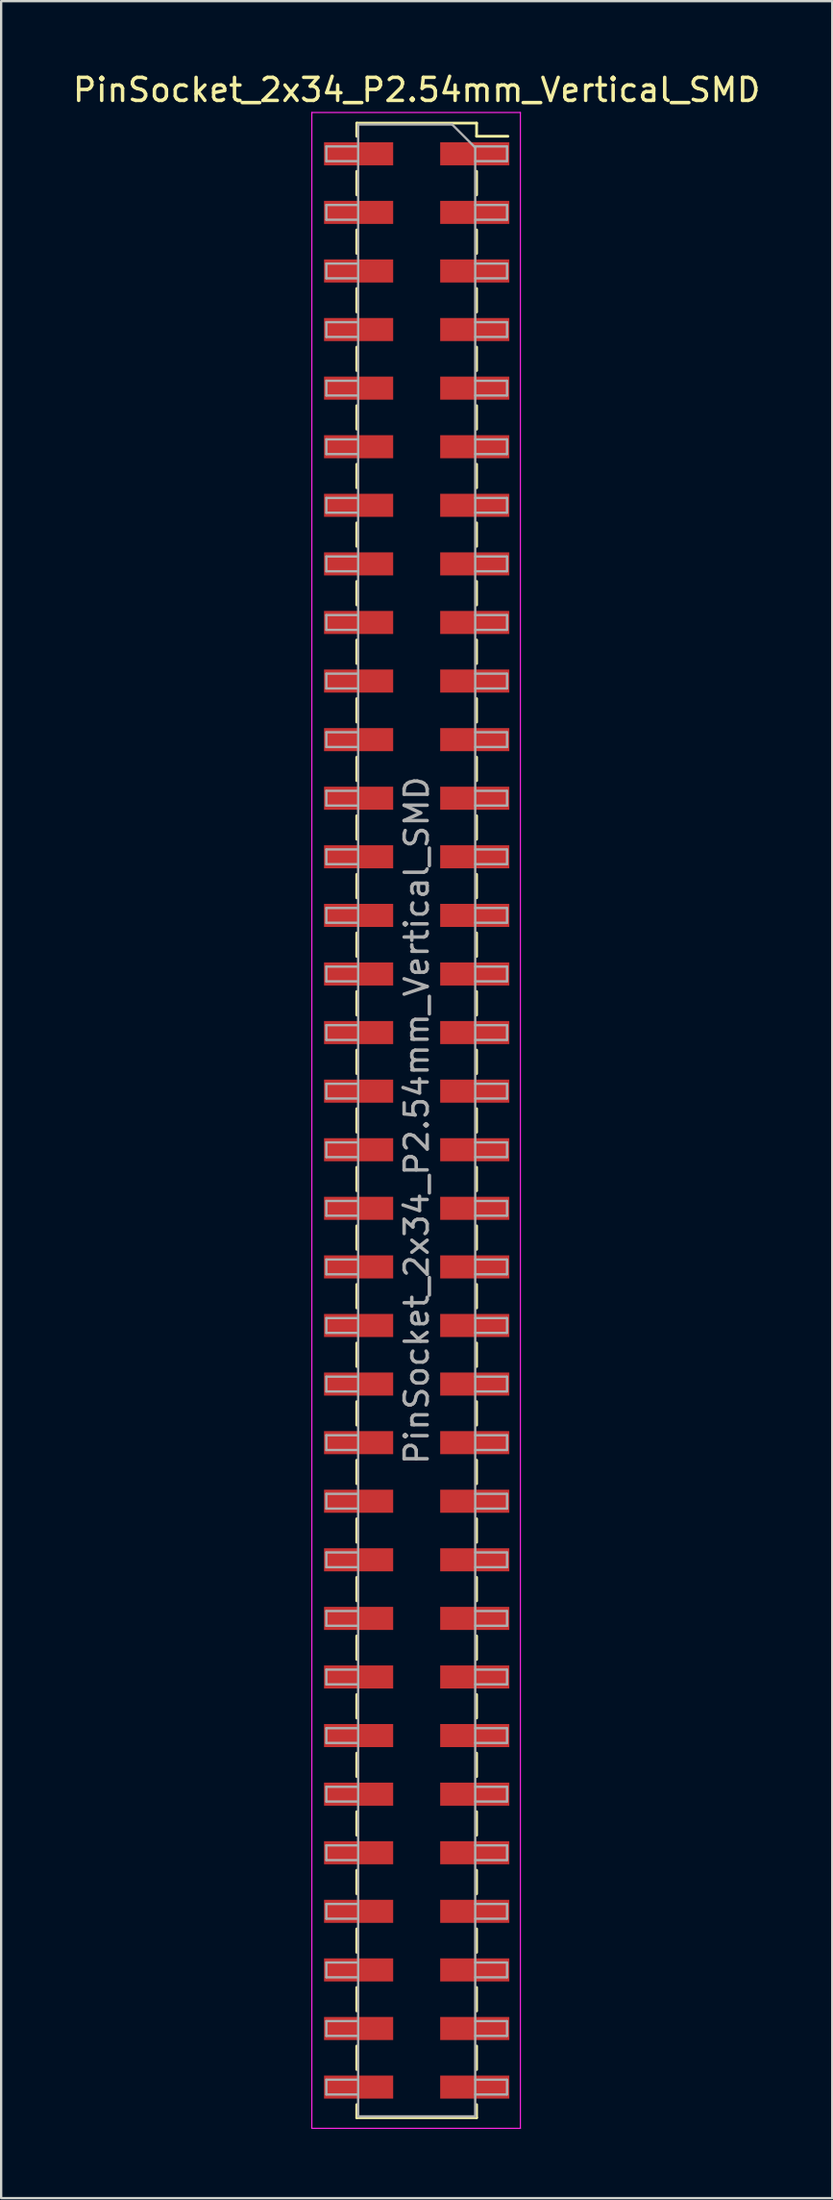
<source format=kicad_pcb>
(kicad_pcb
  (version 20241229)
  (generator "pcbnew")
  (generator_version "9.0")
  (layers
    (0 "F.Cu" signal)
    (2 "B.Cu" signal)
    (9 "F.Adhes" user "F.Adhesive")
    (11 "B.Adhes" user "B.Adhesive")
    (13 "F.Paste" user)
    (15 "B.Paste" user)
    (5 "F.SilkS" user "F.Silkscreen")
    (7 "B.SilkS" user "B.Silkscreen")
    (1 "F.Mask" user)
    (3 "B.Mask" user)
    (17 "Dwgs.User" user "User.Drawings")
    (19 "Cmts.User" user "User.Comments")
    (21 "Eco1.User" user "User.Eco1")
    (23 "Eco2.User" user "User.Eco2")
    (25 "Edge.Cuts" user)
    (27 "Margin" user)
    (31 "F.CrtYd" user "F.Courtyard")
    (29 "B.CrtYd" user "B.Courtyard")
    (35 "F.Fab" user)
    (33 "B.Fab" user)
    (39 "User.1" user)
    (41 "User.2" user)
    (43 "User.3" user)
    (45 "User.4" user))
  (footprint "PinSocket_2x34_P2.54mm_Vertical_SMD"
    (layer "F.Cu")
    (at 15.03 45.528)
    (property "Reference" "PinSocket_2x34_P2.54mm_Vertical_SMD" (at 0 -44.68 0) (layer "F.SilkS") (effects (font (size 1 1) (thickness 0.15))))
    (attr smd)
    (fp_line (start -2.6 -43.24) (end -2.6 -42.67) (stroke (width 0.12) (type solid)) (layer "F.SilkS"))
    (fp_line (start -2.6 -43.24) (end 2.6 -43.24) (stroke (width 0.12) (type solid)) (layer "F.SilkS"))
    (fp_line (start -2.6 -41.15) (end -2.6 -40.13) (stroke (width 0.12) (type solid)) (layer "F.SilkS"))
    (fp_line (start -2.6 -38.61) (end -2.6 -37.59) (stroke (width 0.12) (type solid)) (layer "F.SilkS"))
    (fp_line (start -2.6 -36.07) (end -2.6 -35.05) (stroke (width 0.12) (type solid)) (layer "F.SilkS"))
    (fp_line (start -2.6 -33.53) (end -2.6 -32.51) (stroke (width 0.12) (type solid)) (layer "F.SilkS"))
    (fp_line (start -2.6 -30.99) (end -2.6 -29.97) (stroke (width 0.12) (type solid)) (layer "F.SilkS"))
    (fp_line (start -2.6 -28.45) (end -2.6 -27.43) (stroke (width 0.12) (type solid)) (layer "F.SilkS"))
    (fp_line (start -2.6 -25.91) (end -2.6 -24.89) (stroke (width 0.12) (type solid)) (layer "F.SilkS"))
    (fp_line (start -2.6 -23.37) (end -2.6 -22.35) (stroke (width 0.12) (type solid)) (layer "F.SilkS"))
    (fp_line (start -2.6 -20.83) (end -2.6 -19.81) (stroke (width 0.12) (type solid)) (layer "F.SilkS"))
    (fp_line (start -2.6 -18.29) (end -2.6 -17.27) (stroke (width 0.12) (type solid)) (layer "F.SilkS"))
    (fp_line (start -2.6 -15.75) (end -2.6 -14.73) (stroke (width 0.12) (type solid)) (layer "F.SilkS"))
    (fp_line (start -2.6 -13.21) (end -2.6 -12.19) (stroke (width 0.12) (type solid)) (layer "F.SilkS"))
    (fp_line (start -2.6 -10.67) (end -2.6 -9.65) (stroke (width 0.12) (type solid)) (layer "F.SilkS"))
    (fp_line (start -2.6 -8.13) (end -2.6 -7.11) (stroke (width 0.12) (type solid)) (layer "F.SilkS"))
    (fp_line (start -2.6 -5.59) (end -2.6 -4.57) (stroke (width 0.12) (type solid)) (layer "F.SilkS"))
    (fp_line (start -2.6 -3.05) (end -2.6 -2.03) (stroke (width 0.12) (type solid)) (layer "F.SilkS"))
    (fp_line (start -2.6 -0.51) (end -2.6 0.51) (stroke (width 0.12) (type solid)) (layer "F.SilkS"))
    (fp_line (start -2.6 2.03) (end -2.6 3.05) (stroke (width 0.12) (type solid)) (layer "F.SilkS"))
    (fp_line (start -2.6 4.57) (end -2.6 5.59) (stroke (width 0.12) (type solid)) (layer "F.SilkS"))
    (fp_line (start -2.6 7.11) (end -2.6 8.13) (stroke (width 0.12) (type solid)) (layer "F.SilkS"))
    (fp_line (start -2.6 9.65) (end -2.6 10.67) (stroke (width 0.12) (type solid)) (layer "F.SilkS"))
    (fp_line (start -2.6 12.19) (end -2.6 13.21) (stroke (width 0.12) (type solid)) (layer "F.SilkS"))
    (fp_line (start -2.6 14.73) (end -2.6 15.75) (stroke (width 0.12) (type solid)) (layer "F.SilkS"))
    (fp_line (start -2.6 17.27) (end -2.6 18.29) (stroke (width 0.12) (type solid)) (layer "F.SilkS"))
    (fp_line (start -2.6 19.81) (end -2.6 20.83) (stroke (width 0.12) (type solid)) (layer "F.SilkS"))
    (fp_line (start -2.6 22.35) (end -2.6 23.37) (stroke (width 0.12) (type solid)) (layer "F.SilkS"))
    (fp_line (start -2.6 24.89) (end -2.6 25.91) (stroke (width 0.12) (type solid)) (layer "F.SilkS"))
    (fp_line (start -2.6 27.43) (end -2.6 28.45) (stroke (width 0.12) (type solid)) (layer "F.SilkS"))
    (fp_line (start -2.6 29.97) (end -2.6 30.99) (stroke (width 0.12) (type solid)) (layer "F.SilkS"))
    (fp_line (start -2.6 32.51) (end -2.6 33.53) (stroke (width 0.12) (type solid)) (layer "F.SilkS"))
    (fp_line (start -2.6 35.05) (end -2.6 36.07) (stroke (width 0.12) (type solid)) (layer "F.SilkS"))
    (fp_line (start -2.6 37.59) (end -2.6 38.61) (stroke (width 0.12) (type solid)) (layer "F.SilkS"))
    (fp_line (start -2.6 40.13) (end -2.6 41.15) (stroke (width 0.12) (type solid)) (layer "F.SilkS"))
    (fp_line (start -2.6 42.67) (end -2.6 43.24) (stroke (width 0.12) (type solid)) (layer "F.SilkS"))
    (fp_line (start -2.6 43.24) (end 2.6 43.24) (stroke (width 0.12) (type solid)) (layer "F.SilkS"))
    (fp_line (start 2.6 -43.24) (end 2.6 -42.67) (stroke (width 0.12) (type solid)) (layer "F.SilkS"))
    (fp_line (start 2.6 -42.67) (end 3.96 -42.67) (stroke (width 0.12) (type solid)) (layer "F.SilkS"))
    (fp_line (start 2.6 -41.15) (end 2.6 -40.13) (stroke (width 0.12) (type solid)) (layer "F.SilkS"))
    (fp_line (start 2.6 -38.61) (end 2.6 -37.59) (stroke (width 0.12) (type solid)) (layer "F.SilkS"))
    (fp_line (start 2.6 -36.07) (end 2.6 -35.05) (stroke (width 0.12) (type solid)) (layer "F.SilkS"))
    (fp_line (start 2.6 -33.53) (end 2.6 -32.51) (stroke (width 0.12) (type solid)) (layer "F.SilkS"))
    (fp_line (start 2.6 -30.99) (end 2.6 -29.97) (stroke (width 0.12) (type solid)) (layer "F.SilkS"))
    (fp_line (start 2.6 -28.45) (end 2.6 -27.43) (stroke (width 0.12) (type solid)) (layer "F.SilkS"))
    (fp_line (start 2.6 -25.91) (end 2.6 -24.89) (stroke (width 0.12) (type solid)) (layer "F.SilkS"))
    (fp_line (start 2.6 -23.37) (end 2.6 -22.35) (stroke (width 0.12) (type solid)) (layer "F.SilkS"))
    (fp_line (start 2.6 -20.83) (end 2.6 -19.81) (stroke (width 0.12) (type solid)) (layer "F.SilkS"))
    (fp_line (start 2.6 -18.29) (end 2.6 -17.27) (stroke (width 0.12) (type solid)) (layer "F.SilkS"))
    (fp_line (start 2.6 -15.75) (end 2.6 -14.73) (stroke (width 0.12) (type solid)) (layer "F.SilkS"))
    (fp_line (start 2.6 -13.21) (end 2.6 -12.19) (stroke (width 0.12) (type solid)) (layer "F.SilkS"))
    (fp_line (start 2.6 -10.67) (end 2.6 -9.65) (stroke (width 0.12) (type solid)) (layer "F.SilkS"))
    (fp_line (start 2.6 -8.13) (end 2.6 -7.11) (stroke (width 0.12) (type solid)) (layer "F.SilkS"))
    (fp_line (start 2.6 -5.59) (end 2.6 -4.57) (stroke (width 0.12) (type solid)) (layer "F.SilkS"))
    (fp_line (start 2.6 -3.05) (end 2.6 -2.03) (stroke (width 0.12) (type solid)) (layer "F.SilkS"))
    (fp_line (start 2.6 -0.51) (end 2.6 0.51) (stroke (width 0.12) (type solid)) (layer "F.SilkS"))
    (fp_line (start 2.6 2.03) (end 2.6 3.05) (stroke (width 0.12) (type solid)) (layer "F.SilkS"))
    (fp_line (start 2.6 4.57) (end 2.6 5.59) (stroke (width 0.12) (type solid)) (layer "F.SilkS"))
    (fp_line (start 2.6 7.11) (end 2.6 8.13) (stroke (width 0.12) (type solid)) (layer "F.SilkS"))
    (fp_line (start 2.6 9.65) (end 2.6 10.67) (stroke (width 0.12) (type solid)) (layer "F.SilkS"))
    (fp_line (start 2.6 12.19) (end 2.6 13.21) (stroke (width 0.12) (type solid)) (layer "F.SilkS"))
    (fp_line (start 2.6 14.73) (end 2.6 15.75) (stroke (width 0.12) (type solid)) (layer "F.SilkS"))
    (fp_line (start 2.6 17.27) (end 2.6 18.29) (stroke (width 0.12) (type solid)) (layer "F.SilkS"))
    (fp_line (start 2.6 19.81) (end 2.6 20.83) (stroke (width 0.12) (type solid)) (layer "F.SilkS"))
    (fp_line (start 2.6 22.35) (end 2.6 23.37) (stroke (width 0.12) (type solid)) (layer "F.SilkS"))
    (fp_line (start 2.6 24.89) (end 2.6 25.91) (stroke (width 0.12) (type solid)) (layer "F.SilkS"))
    (fp_line (start 2.6 27.43) (end 2.6 28.45) (stroke (width 0.12) (type solid)) (layer "F.SilkS"))
    (fp_line (start 2.6 29.97) (end 2.6 30.99) (stroke (width 0.12) (type solid)) (layer "F.SilkS"))
    (fp_line (start 2.6 32.51) (end 2.6 33.53) (stroke (width 0.12) (type solid)) (layer "F.SilkS"))
    (fp_line (start 2.6 35.05) (end 2.6 36.07) (stroke (width 0.12) (type solid)) (layer "F.SilkS"))
    (fp_line (start 2.6 37.59) (end 2.6 38.61) (stroke (width 0.12) (type solid)) (layer "F.SilkS"))
    (fp_line (start 2.6 40.13) (end 2.6 41.15) (stroke (width 0.12) (type solid)) (layer "F.SilkS"))
    (fp_line (start 2.6 42.67) (end 2.6 43.24) (stroke (width 0.12) (type solid)) (layer "F.SilkS"))
    (fp_line (start -4.55 -43.7) (end 4.5 -43.7) (stroke (width 0.05) (type solid)) (layer "F.CrtYd"))
    (fp_line (start -4.55 43.7) (end -4.55 -43.7) (stroke (width 0.05) (type solid)) (layer "F.CrtYd"))
    (fp_line (start 4.5 -43.7) (end 4.5 43.7) (stroke (width 0.05) (type solid)) (layer "F.CrtYd"))
    (fp_line (start 4.5 43.7) (end -4.55 43.7) (stroke (width 0.05) (type solid)) (layer "F.CrtYd"))
    (fp_line (start -3.92 -42.23) (end -2.54 -42.23) (stroke (width 0.1) (type solid)) (layer "F.Fab"))
    (fp_line (start -3.92 -41.59) (end -3.92 -42.23) (stroke (width 0.1) (type solid)) (layer "F.Fab"))
    (fp_line (start -3.92 -39.69) (end -2.54 -39.69) (stroke (width 0.1) (type solid)) (layer "F.Fab"))
    (fp_line (start -3.92 -39.05) (end -3.92 -39.69) (stroke (width 0.1) (type solid)) (layer "F.Fab"))
    (fp_line (start -3.92 -37.15) (end -2.54 -37.15) (stroke (width 0.1) (type solid)) (layer "F.Fab"))
    (fp_line (start -3.92 -36.51) (end -3.92 -37.15) (stroke (width 0.1) (type solid)) (layer "F.Fab"))
    (fp_line (start -3.92 -34.61) (end -2.54 -34.61) (stroke (width 0.1) (type solid)) (layer "F.Fab"))
    (fp_line (start -3.92 -33.97) (end -3.92 -34.61) (stroke (width 0.1) (type solid)) (layer "F.Fab"))
    (fp_line (start -3.92 -32.07) (end -2.54 -32.07) (stroke (width 0.1) (type solid)) (layer "F.Fab"))
    (fp_line (start -3.92 -31.43) (end -3.92 -32.07) (stroke (width 0.1) (type solid)) (layer "F.Fab"))
    (fp_line (start -3.92 -29.53) (end -2.54 -29.53) (stroke (width 0.1) (type solid)) (layer "F.Fab"))
    (fp_line (start -3.92 -28.89) (end -3.92 -29.53) (stroke (width 0.1) (type solid)) (layer "F.Fab"))
    (fp_line (start -3.92 -26.99) (end -2.54 -26.99) (stroke (width 0.1) (type solid)) (layer "F.Fab"))
    (fp_line (start -3.92 -26.35) (end -3.92 -26.99) (stroke (width 0.1) (type solid)) (layer "F.Fab"))
    (fp_line (start -3.92 -24.45) (end -2.54 -24.45) (stroke (width 0.1) (type solid)) (layer "F.Fab"))
    (fp_line (start -3.92 -23.81) (end -3.92 -24.45) (stroke (width 0.1) (type solid)) (layer "F.Fab"))
    (fp_line (start -3.92 -21.91) (end -2.54 -21.91) (stroke (width 0.1) (type solid)) (layer "F.Fab"))
    (fp_line (start -3.92 -21.27) (end -3.92 -21.91) (stroke (width 0.1) (type solid)) (layer "F.Fab"))
    (fp_line (start -3.92 -19.37) (end -2.54 -19.37) (stroke (width 0.1) (type solid)) (layer "F.Fab"))
    (fp_line (start -3.92 -18.73) (end -3.92 -19.37) (stroke (width 0.1) (type solid)) (layer "F.Fab"))
    (fp_line (start -3.92 -16.83) (end -2.54 -16.83) (stroke (width 0.1) (type solid)) (layer "F.Fab"))
    (fp_line (start -3.92 -16.19) (end -3.92 -16.83) (stroke (width 0.1) (type solid)) (layer "F.Fab"))
    (fp_line (start -3.92 -14.29) (end -2.54 -14.29) (stroke (width 0.1) (type solid)) (layer "F.Fab"))
    (fp_line (start -3.92 -13.65) (end -3.92 -14.29) (stroke (width 0.1) (type solid)) (layer "F.Fab"))
    (fp_line (start -3.92 -11.75) (end -2.54 -11.75) (stroke (width 0.1) (type solid)) (layer "F.Fab"))
    (fp_line (start -3.92 -11.11) (end -3.92 -11.75) (stroke (width 0.1) (type solid)) (layer "F.Fab"))
    (fp_line (start -3.92 -9.21) (end -2.54 -9.21) (stroke (width 0.1) (type solid)) (layer "F.Fab"))
    (fp_line (start -3.92 -8.57) (end -3.92 -9.21) (stroke (width 0.1) (type solid)) (layer "F.Fab"))
    (fp_line (start -3.92 -6.67) (end -2.54 -6.67) (stroke (width 0.1) (type solid)) (layer "F.Fab"))
    (fp_line (start -3.92 -6.03) (end -3.92 -6.67) (stroke (width 0.1) (type solid)) (layer "F.Fab"))
    (fp_line (start -3.92 -4.13) (end -2.54 -4.13) (stroke (width 0.1) (type solid)) (layer "F.Fab"))
    (fp_line (start -3.92 -3.49) (end -3.92 -4.13) (stroke (width 0.1) (type solid)) (layer "F.Fab"))
    (fp_line (start -3.92 -1.59) (end -2.54 -1.59) (stroke (width 0.1) (type solid)) (layer "F.Fab"))
    (fp_line (start -3.92 -0.95) (end -3.92 -1.59) (stroke (width 0.1) (type solid)) (layer "F.Fab"))
    (fp_line (start -3.92 0.95) (end -2.54 0.95) (stroke (width 0.1) (type solid)) (layer "F.Fab"))
    (fp_line (start -3.92 1.59) (end -3.92 0.95) (stroke (width 0.1) (type solid)) (layer "F.Fab"))
    (fp_line (start -3.92 3.49) (end -2.54 3.49) (stroke (width 0.1) (type solid)) (layer "F.Fab"))
    (fp_line (start -3.92 4.13) (end -3.92 3.49) (stroke (width 0.1) (type solid)) (layer "F.Fab"))
    (fp_line (start -3.92 6.03) (end -2.54 6.03) (stroke (width 0.1) (type solid)) (layer "F.Fab"))
    (fp_line (start -3.92 6.67) (end -3.92 6.03) (stroke (width 0.1) (type solid)) (layer "F.Fab"))
    (fp_line (start -3.92 8.57) (end -2.54 8.57) (stroke (width 0.1) (type solid)) (layer "F.Fab"))
    (fp_line (start -3.92 9.21) (end -3.92 8.57) (stroke (width 0.1) (type solid)) (layer "F.Fab"))
    (fp_line (start -3.92 11.11) (end -2.54 11.11) (stroke (width 0.1) (type solid)) (layer "F.Fab"))
    (fp_line (start -3.92 11.75) (end -3.92 11.11) (stroke (width 0.1) (type solid)) (layer "F.Fab"))
    (fp_line (start -3.92 13.65) (end -2.54 13.65) (stroke (width 0.1) (type solid)) (layer "F.Fab"))
    (fp_line (start -3.92 14.29) (end -3.92 13.65) (stroke (width 0.1) (type solid)) (layer "F.Fab"))
    (fp_line (start -3.92 16.19) (end -2.54 16.19) (stroke (width 0.1) (type solid)) (layer "F.Fab"))
    (fp_line (start -3.92 16.83) (end -3.92 16.19) (stroke (width 0.1) (type solid)) (layer "F.Fab"))
    (fp_line (start -3.92 18.73) (end -2.54 18.73) (stroke (width 0.1) (type solid)) (layer "F.Fab"))
    (fp_line (start -3.92 19.37) (end -3.92 18.73) (stroke (width 0.1) (type solid)) (layer "F.Fab"))
    (fp_line (start -3.92 21.27) (end -2.54 21.27) (stroke (width 0.1) (type solid)) (layer "F.Fab"))
    (fp_line (start -3.92 21.91) (end -3.92 21.27) (stroke (width 0.1) (type solid)) (layer "F.Fab"))
    (fp_line (start -3.92 23.81) (end -2.54 23.81) (stroke (width 0.1) (type solid)) (layer "F.Fab"))
    (fp_line (start -3.92 24.45) (end -3.92 23.81) (stroke (width 0.1) (type solid)) (layer "F.Fab"))
    (fp_line (start -3.92 26.35) (end -2.54 26.35) (stroke (width 0.1) (type solid)) (layer "F.Fab"))
    (fp_line (start -3.92 26.99) (end -3.92 26.35) (stroke (width 0.1) (type solid)) (layer "F.Fab"))
    (fp_line (start -3.92 28.89) (end -2.54 28.89) (stroke (width 0.1) (type solid)) (layer "F.Fab"))
    (fp_line (start -3.92 29.53) (end -3.92 28.89) (stroke (width 0.1) (type solid)) (layer "F.Fab"))
    (fp_line (start -3.92 31.43) (end -2.54 31.43) (stroke (width 0.1) (type solid)) (layer "F.Fab"))
    (fp_line (start -3.92 32.07) (end -3.92 31.43) (stroke (width 0.1) (type solid)) (layer "F.Fab"))
    (fp_line (start -3.92 33.97) (end -2.54 33.97) (stroke (width 0.1) (type solid)) (layer "F.Fab"))
    (fp_line (start -3.92 34.61) (end -3.92 33.97) (stroke (width 0.1) (type solid)) (layer "F.Fab"))
    (fp_line (start -3.92 36.51) (end -2.54 36.51) (stroke (width 0.1) (type solid)) (layer "F.Fab"))
    (fp_line (start -3.92 37.15) (end -3.92 36.51) (stroke (width 0.1) (type solid)) (layer "F.Fab"))
    (fp_line (start -3.92 39.05) (end -2.54 39.05) (stroke (width 0.1) (type solid)) (layer "F.Fab"))
    (fp_line (start -3.92 39.69) (end -3.92 39.05) (stroke (width 0.1) (type solid)) (layer "F.Fab"))
    (fp_line (start -3.92 41.59) (end -2.54 41.59) (stroke (width 0.1) (type solid)) (layer "F.Fab"))
    (fp_line (start -3.92 42.23) (end -3.92 41.59) (stroke (width 0.1) (type solid)) (layer "F.Fab"))
    (fp_line (start -2.54 -43.18) (end 1.54 -43.18) (stroke (width 0.1) (type solid)) (layer "F.Fab"))
    (fp_line (start -2.54 -41.59) (end -3.92 -41.59) (stroke (width 0.1) (type solid)) (layer "F.Fab"))
    (fp_line (start -2.54 -39.05) (end -3.92 -39.05) (stroke (width 0.1) (type solid)) (layer "F.Fab"))
    (fp_line (start -2.54 -36.51) (end -3.92 -36.51) (stroke (width 0.1) (type solid)) (layer "F.Fab"))
    (fp_line (start -2.54 -33.97) (end -3.92 -33.97) (stroke (width 0.1) (type solid)) (layer "F.Fab"))
    (fp_line (start -2.54 -31.43) (end -3.92 -31.43) (stroke (width 0.1) (type solid)) (layer "F.Fab"))
    (fp_line (start -2.54 -28.89) (end -3.92 -28.89) (stroke (width 0.1) (type solid)) (layer "F.Fab"))
    (fp_line (start -2.54 -26.35) (end -3.92 -26.35) (stroke (width 0.1) (type solid)) (layer "F.Fab"))
    (fp_line (start -2.54 -23.81) (end -3.92 -23.81) (stroke (width 0.1) (type solid)) (layer "F.Fab"))
    (fp_line (start -2.54 -21.27) (end -3.92 -21.27) (stroke (width 0.1) (type solid)) (layer "F.Fab"))
    (fp_line (start -2.54 -18.73) (end -3.92 -18.73) (stroke (width 0.1) (type solid)) (layer "F.Fab"))
    (fp_line (start -2.54 -16.19) (end -3.92 -16.19) (stroke (width 0.1) (type solid)) (layer "F.Fab"))
    (fp_line (start -2.54 -13.65) (end -3.92 -13.65) (stroke (width 0.1) (type solid)) (layer "F.Fab"))
    (fp_line (start -2.54 -11.11) (end -3.92 -11.11) (stroke (width 0.1) (type solid)) (layer "F.Fab"))
    (fp_line (start -2.54 -8.57) (end -3.92 -8.57) (stroke (width 0.1) (type solid)) (layer "F.Fab"))
    (fp_line (start -2.54 -6.03) (end -3.92 -6.03) (stroke (width 0.1) (type solid)) (layer "F.Fab"))
    (fp_line (start -2.54 -3.49) (end -3.92 -3.49) (stroke (width 0.1) (type solid)) (layer "F.Fab"))
    (fp_line (start -2.54 -0.95) (end -3.92 -0.95) (stroke (width 0.1) (type solid)) (layer "F.Fab"))
    (fp_line (start -2.54 1.59) (end -3.92 1.59) (stroke (width 0.1) (type solid)) (layer "F.Fab"))
    (fp_line (start -2.54 4.13) (end -3.92 4.13) (stroke (width 0.1) (type solid)) (layer "F.Fab"))
    (fp_line (start -2.54 6.67) (end -3.92 6.67) (stroke (width 0.1) (type solid)) (layer "F.Fab"))
    (fp_line (start -2.54 9.21) (end -3.92 9.21) (stroke (width 0.1) (type solid)) (layer "F.Fab"))
    (fp_line (start -2.54 11.75) (end -3.92 11.75) (stroke (width 0.1) (type solid)) (layer "F.Fab"))
    (fp_line (start -2.54 14.29) (end -3.92 14.29) (stroke (width 0.1) (type solid)) (layer "F.Fab"))
    (fp_line (start -2.54 16.83) (end -3.92 16.83) (stroke (width 0.1) (type solid)) (layer "F.Fab"))
    (fp_line (start -2.54 19.37) (end -3.92 19.37) (stroke (width 0.1) (type solid)) (layer "F.Fab"))
    (fp_line (start -2.54 21.91) (end -3.92 21.91) (stroke (width 0.1) (type solid)) (layer "F.Fab"))
    (fp_line (start -2.54 24.45) (end -3.92 24.45) (stroke (width 0.1) (type solid)) (layer "F.Fab"))
    (fp_line (start -2.54 26.99) (end -3.92 26.99) (stroke (width 0.1) (type solid)) (layer "F.Fab"))
    (fp_line (start -2.54 29.53) (end -3.92 29.53) (stroke (width 0.1) (type solid)) (layer "F.Fab"))
    (fp_line (start -2.54 32.07) (end -3.92 32.07) (stroke (width 0.1) (type solid)) (layer "F.Fab"))
    (fp_line (start -2.54 34.61) (end -3.92 34.61) (stroke (width 0.1) (type solid)) (layer "F.Fab"))
    (fp_line (start -2.54 37.15) (end -3.92 37.15) (stroke (width 0.1) (type solid)) (layer "F.Fab"))
    (fp_line (start -2.54 39.69) (end -3.92 39.69) (stroke (width 0.1) (type solid)) (layer "F.Fab"))
    (fp_line (start -2.54 42.23) (end -3.92 42.23) (stroke (width 0.1) (type solid)) (layer "F.Fab"))
    (fp_line (start -2.54 43.18) (end -2.54 -43.18) (stroke (width 0.1) (type solid)) (layer "F.Fab"))
    (fp_line (start 1.54 -43.18) (end 2.54 -42.18) (stroke (width 0.1) (type solid)) (layer "F.Fab"))
    (fp_line (start 2.54 -42.23) (end 3.92 -42.23) (stroke (width 0.1) (type solid)) (layer "F.Fab"))
    (fp_line (start 2.54 -42.18) (end 2.54 43.18) (stroke (width 0.1) (type solid)) (layer "F.Fab"))
    (fp_line (start 2.54 -39.69) (end 3.92 -39.69) (stroke (width 0.1) (type solid)) (layer "F.Fab"))
    (fp_line (start 2.54 -37.15) (end 3.92 -37.15) (stroke (width 0.1) (type solid)) (layer "F.Fab"))
    (fp_line (start 2.54 -34.61) (end 3.92 -34.61) (stroke (width 0.1) (type solid)) (layer "F.Fab"))
    (fp_line (start 2.54 -32.07) (end 3.92 -32.07) (stroke (width 0.1) (type solid)) (layer "F.Fab"))
    (fp_line (start 2.54 -29.53) (end 3.92 -29.53) (stroke (width 0.1) (type solid)) (layer "F.Fab"))
    (fp_line (start 2.54 -26.99) (end 3.92 -26.99) (stroke (width 0.1) (type solid)) (layer "F.Fab"))
    (fp_line (start 2.54 -24.45) (end 3.92 -24.45) (stroke (width 0.1) (type solid)) (layer "F.Fab"))
    (fp_line (start 2.54 -21.91) (end 3.92 -21.91) (stroke (width 0.1) (type solid)) (layer "F.Fab"))
    (fp_line (start 2.54 -19.37) (end 3.92 -19.37) (stroke (width 0.1) (type solid)) (layer "F.Fab"))
    (fp_line (start 2.54 -16.83) (end 3.92 -16.83) (stroke (width 0.1) (type solid)) (layer "F.Fab"))
    (fp_line (start 2.54 -14.29) (end 3.92 -14.29) (stroke (width 0.1) (type solid)) (layer "F.Fab"))
    (fp_line (start 2.54 -11.75) (end 3.92 -11.75) (stroke (width 0.1) (type solid)) (layer "F.Fab"))
    (fp_line (start 2.54 -9.21) (end 3.92 -9.21) (stroke (width 0.1) (type solid)) (layer "F.Fab"))
    (fp_line (start 2.54 -6.67) (end 3.92 -6.67) (stroke (width 0.1) (type solid)) (layer "F.Fab"))
    (fp_line (start 2.54 -4.13) (end 3.92 -4.13) (stroke (width 0.1) (type solid)) (layer "F.Fab"))
    (fp_line (start 2.54 -1.59) (end 3.92 -1.59) (stroke (width 0.1) (type solid)) (layer "F.Fab"))
    (fp_line (start 2.54 0.95) (end 3.92 0.95) (stroke (width 0.1) (type solid)) (layer "F.Fab"))
    (fp_line (start 2.54 3.49) (end 3.92 3.49) (stroke (width 0.1) (type solid)) (layer "F.Fab"))
    (fp_line (start 2.54 6.03) (end 3.92 6.03) (stroke (width 0.1) (type solid)) (layer "F.Fab"))
    (fp_line (start 2.54 8.57) (end 3.92 8.57) (stroke (width 0.1) (type solid)) (layer "F.Fab"))
    (fp_line (start 2.54 11.11) (end 3.92 11.11) (stroke (width 0.1) (type solid)) (layer "F.Fab"))
    (fp_line (start 2.54 13.65) (end 3.92 13.65) (stroke (width 0.1) (type solid)) (layer "F.Fab"))
    (fp_line (start 2.54 16.19) (end 3.92 16.19) (stroke (width 0.1) (type solid)) (layer "F.Fab"))
    (fp_line (start 2.54 18.73) (end 3.92 18.73) (stroke (width 0.1) (type solid)) (layer "F.Fab"))
    (fp_line (start 2.54 21.27) (end 3.92 21.27) (stroke (width 0.1) (type solid)) (layer "F.Fab"))
    (fp_line (start 2.54 23.81) (end 3.92 23.81) (stroke (width 0.1) (type solid)) (layer "F.Fab"))
    (fp_line (start 2.54 26.35) (end 3.92 26.35) (stroke (width 0.1) (type solid)) (layer "F.Fab"))
    (fp_line (start 2.54 28.89) (end 3.92 28.89) (stroke (width 0.1) (type solid)) (layer "F.Fab"))
    (fp_line (start 2.54 31.43) (end 3.92 31.43) (stroke (width 0.1) (type solid)) (layer "F.Fab"))
    (fp_line (start 2.54 33.97) (end 3.92 33.97) (stroke (width 0.1) (type solid)) (layer "F.Fab"))
    (fp_line (start 2.54 36.51) (end 3.92 36.51) (stroke (width 0.1) (type solid)) (layer "F.Fab"))
    (fp_line (start 2.54 39.05) (end 3.92 39.05) (stroke (width 0.1) (type solid)) (layer "F.Fab"))
    (fp_line (start 2.54 41.59) (end 3.92 41.59) (stroke (width 0.1) (type solid)) (layer "F.Fab"))
    (fp_line (start 2.54 43.18) (end -2.54 43.18) (stroke (width 0.1) (type solid)) (layer "F.Fab"))
    (fp_line (start 3.92 -42.23) (end 3.92 -41.59) (stroke (width 0.1) (type solid)) (layer "F.Fab"))
    (fp_line (start 3.92 -41.59) (end 2.54 -41.59) (stroke (width 0.1) (type solid)) (layer "F.Fab"))
    (fp_line (start 3.92 -39.69) (end 3.92 -39.05) (stroke (width 0.1) (type solid)) (layer "F.Fab"))
    (fp_line (start 3.92 -39.05) (end 2.54 -39.05) (stroke (width 0.1) (type solid)) (layer "F.Fab"))
    (fp_line (start 3.92 -37.15) (end 3.92 -36.51) (stroke (width 0.1) (type solid)) (layer "F.Fab"))
    (fp_line (start 3.92 -36.51) (end 2.54 -36.51) (stroke (width 0.1) (type solid)) (layer "F.Fab"))
    (fp_line (start 3.92 -34.61) (end 3.92 -33.97) (stroke (width 0.1) (type solid)) (layer "F.Fab"))
    (fp_line (start 3.92 -33.97) (end 2.54 -33.97) (stroke (width 0.1) (type solid)) (layer "F.Fab"))
    (fp_line (start 3.92 -32.07) (end 3.92 -31.43) (stroke (width 0.1) (type solid)) (layer "F.Fab"))
    (fp_line (start 3.92 -31.43) (end 2.54 -31.43) (stroke (width 0.1) (type solid)) (layer "F.Fab"))
    (fp_line (start 3.92 -29.53) (end 3.92 -28.89) (stroke (width 0.1) (type solid)) (layer "F.Fab"))
    (fp_line (start 3.92 -28.89) (end 2.54 -28.89) (stroke (width 0.1) (type solid)) (layer "F.Fab"))
    (fp_line (start 3.92 -26.99) (end 3.92 -26.35) (stroke (width 0.1) (type solid)) (layer "F.Fab"))
    (fp_line (start 3.92 -26.35) (end 2.54 -26.35) (stroke (width 0.1) (type solid)) (layer "F.Fab"))
    (fp_line (start 3.92 -24.45) (end 3.92 -23.81) (stroke (width 0.1) (type solid)) (layer "F.Fab"))
    (fp_line (start 3.92 -23.81) (end 2.54 -23.81) (stroke (width 0.1) (type solid)) (layer "F.Fab"))
    (fp_line (start 3.92 -21.91) (end 3.92 -21.27) (stroke (width 0.1) (type solid)) (layer "F.Fab"))
    (fp_line (start 3.92 -21.27) (end 2.54 -21.27) (stroke (width 0.1) (type solid)) (layer "F.Fab"))
    (fp_line (start 3.92 -19.37) (end 3.92 -18.73) (stroke (width 0.1) (type solid)) (layer "F.Fab"))
    (fp_line (start 3.92 -18.73) (end 2.54 -18.73) (stroke (width 0.1) (type solid)) (layer "F.Fab"))
    (fp_line (start 3.92 -16.83) (end 3.92 -16.19) (stroke (width 0.1) (type solid)) (layer "F.Fab"))
    (fp_line (start 3.92 -16.19) (end 2.54 -16.19) (stroke (width 0.1) (type solid)) (layer "F.Fab"))
    (fp_line (start 3.92 -14.29) (end 3.92 -13.65) (stroke (width 0.1) (type solid)) (layer "F.Fab"))
    (fp_line (start 3.92 -13.65) (end 2.54 -13.65) (stroke (width 0.1) (type solid)) (layer "F.Fab"))
    (fp_line (start 3.92 -11.75) (end 3.92 -11.11) (stroke (width 0.1) (type solid)) (layer "F.Fab"))
    (fp_line (start 3.92 -11.11) (end 2.54 -11.11) (stroke (width 0.1) (type solid)) (layer "F.Fab"))
    (fp_line (start 3.92 -9.21) (end 3.92 -8.57) (stroke (width 0.1) (type solid)) (layer "F.Fab"))
    (fp_line (start 3.92 -8.57) (end 2.54 -8.57) (stroke (width 0.1) (type solid)) (layer "F.Fab"))
    (fp_line (start 3.92 -6.67) (end 3.92 -6.03) (stroke (width 0.1) (type solid)) (layer "F.Fab"))
    (fp_line (start 3.92 -6.03) (end 2.54 -6.03) (stroke (width 0.1) (type solid)) (layer "F.Fab"))
    (fp_line (start 3.92 -4.13) (end 3.92 -3.49) (stroke (width 0.1) (type solid)) (layer "F.Fab"))
    (fp_line (start 3.92 -3.49) (end 2.54 -3.49) (stroke (width 0.1) (type solid)) (layer "F.Fab"))
    (fp_line (start 3.92 -1.59) (end 3.92 -0.95) (stroke (width 0.1) (type solid)) (layer "F.Fab"))
    (fp_line (start 3.92 -0.95) (end 2.54 -0.95) (stroke (width 0.1) (type solid)) (layer "F.Fab"))
    (fp_line (start 3.92 0.95) (end 3.92 1.59) (stroke (width 0.1) (type solid)) (layer "F.Fab"))
    (fp_line (start 3.92 1.59) (end 2.54 1.59) (stroke (width 0.1) (type solid)) (layer "F.Fab"))
    (fp_line (start 3.92 3.49) (end 3.92 4.13) (stroke (width 0.1) (type solid)) (layer "F.Fab"))
    (fp_line (start 3.92 4.13) (end 2.54 4.13) (stroke (width 0.1) (type solid)) (layer "F.Fab"))
    (fp_line (start 3.92 6.03) (end 3.92 6.67) (stroke (width 0.1) (type solid)) (layer "F.Fab"))
    (fp_line (start 3.92 6.67) (end 2.54 6.67) (stroke (width 0.1) (type solid)) (layer "F.Fab"))
    (fp_line (start 3.92 8.57) (end 3.92 9.21) (stroke (width 0.1) (type solid)) (layer "F.Fab"))
    (fp_line (start 3.92 9.21) (end 2.54 9.21) (stroke (width 0.1) (type solid)) (layer "F.Fab"))
    (fp_line (start 3.92 11.11) (end 3.92 11.75) (stroke (width 0.1) (type solid)) (layer "F.Fab"))
    (fp_line (start 3.92 11.75) (end 2.54 11.75) (stroke (width 0.1) (type solid)) (layer "F.Fab"))
    (fp_line (start 3.92 13.65) (end 3.92 14.29) (stroke (width 0.1) (type solid)) (layer "F.Fab"))
    (fp_line (start 3.92 14.29) (end 2.54 14.29) (stroke (width 0.1) (type solid)) (layer "F.Fab"))
    (fp_line (start 3.92 16.19) (end 3.92 16.83) (stroke (width 0.1) (type solid)) (layer "F.Fab"))
    (fp_line (start 3.92 16.83) (end 2.54 16.83) (stroke (width 0.1) (type solid)) (layer "F.Fab"))
    (fp_line (start 3.92 18.73) (end 3.92 19.37) (stroke (width 0.1) (type solid)) (layer "F.Fab"))
    (fp_line (start 3.92 19.37) (end 2.54 19.37) (stroke (width 0.1) (type solid)) (layer "F.Fab"))
    (fp_line (start 3.92 21.27) (end 3.92 21.91) (stroke (width 0.1) (type solid)) (layer "F.Fab"))
    (fp_line (start 3.92 21.91) (end 2.54 21.91) (stroke (width 0.1) (type solid)) (layer "F.Fab"))
    (fp_line (start 3.92 23.81) (end 3.92 24.45) (stroke (width 0.1) (type solid)) (layer "F.Fab"))
    (fp_line (start 3.92 24.45) (end 2.54 24.45) (stroke (width 0.1) (type solid)) (layer "F.Fab"))
    (fp_line (start 3.92 26.35) (end 3.92 26.99) (stroke (width 0.1) (type solid)) (layer "F.Fab"))
    (fp_line (start 3.92 26.99) (end 2.54 26.99) (stroke (width 0.1) (type solid)) (layer "F.Fab"))
    (fp_line (start 3.92 28.89) (end 3.92 29.53) (stroke (width 0.1) (type solid)) (layer "F.Fab"))
    (fp_line (start 3.92 29.53) (end 2.54 29.53) (stroke (width 0.1) (type solid)) (layer "F.Fab"))
    (fp_line (start 3.92 31.43) (end 3.92 32.07) (stroke (width 0.1) (type solid)) (layer "F.Fab"))
    (fp_line (start 3.92 32.07) (end 2.54 32.07) (stroke (width 0.1) (type solid)) (layer "F.Fab"))
    (fp_line (start 3.92 33.97) (end 3.92 34.61) (stroke (width 0.1) (type solid)) (layer "F.Fab"))
    (fp_line (start 3.92 34.61) (end 2.54 34.61) (stroke (width 0.1) (type solid)) (layer "F.Fab"))
    (fp_line (start 3.92 36.51) (end 3.92 37.15) (stroke (width 0.1) (type solid)) (layer "F.Fab"))
    (fp_line (start 3.92 37.15) (end 2.54 37.15) (stroke (width 0.1) (type solid)) (layer "F.Fab"))
    (fp_line (start 3.92 39.05) (end 3.92 39.69) (stroke (width 0.1) (type solid)) (layer "F.Fab"))
    (fp_line (start 3.92 39.69) (end 2.54 39.69) (stroke (width 0.1) (type solid)) (layer "F.Fab"))
    (fp_line (start 3.92 41.59) (end 3.92 42.23) (stroke (width 0.1) (type solid)) (layer "F.Fab"))
    (fp_line (start 3.92 42.23) (end 2.54 42.23) (stroke (width 0.1) (type solid)) (layer "F.Fab"))
    (fp_text user "${REFERENCE}" (at 0 0 90) (layer "F.Fab") (effects (font (size 1 1) (thickness 0.15))))
    (pad "1" smd rect (at 2.52 -41.91) (size 3 1) (layers "F.Cu" "F.Mask" "F.Paste"))
    (pad "2" smd rect (at -2.52 -41.91) (size 3 1) (layers "F.Cu" "F.Mask" "F.Paste"))
    (pad "3" smd rect (at 2.52 -39.37) (size 3 1) (layers "F.Cu" "F.Mask" "F.Paste"))
    (pad "4" smd rect (at -2.52 -39.37) (size 3 1) (layers "F.Cu" "F.Mask" "F.Paste"))
    (pad "5" smd rect (at 2.52 -36.83) (size 3 1) (layers "F.Cu" "F.Mask" "F.Paste"))
    (pad "6" smd rect (at -2.52 -36.83) (size 3 1) (layers "F.Cu" "F.Mask" "F.Paste"))
    (pad "7" smd rect (at 2.52 -34.29) (size 3 1) (layers "F.Cu" "F.Mask" "F.Paste"))
    (pad "8" smd rect (at -2.52 -34.29) (size 3 1) (layers "F.Cu" "F.Mask" "F.Paste"))
    (pad "9" smd rect (at 2.52 -31.75) (size 3 1) (layers "F.Cu" "F.Mask" "F.Paste"))
    (pad "10" smd rect (at -2.52 -31.75) (size 3 1) (layers "F.Cu" "F.Mask" "F.Paste"))
    (pad "11" smd rect (at 2.52 -29.21) (size 3 1) (layers "F.Cu" "F.Mask" "F.Paste"))
    (pad "12" smd rect (at -2.52 -29.21) (size 3 1) (layers "F.Cu" "F.Mask" "F.Paste"))
    (pad "13" smd rect (at 2.52 -26.67) (size 3 1) (layers "F.Cu" "F.Mask" "F.Paste"))
    (pad "14" smd rect (at -2.52 -26.67) (size 3 1) (layers "F.Cu" "F.Mask" "F.Paste"))
    (pad "15" smd rect (at 2.52 -24.13) (size 3 1) (layers "F.Cu" "F.Mask" "F.Paste"))
    (pad "16" smd rect (at -2.52 -24.13) (size 3 1) (layers "F.Cu" "F.Mask" "F.Paste"))
    (pad "17" smd rect (at 2.52 -21.59) (size 3 1) (layers "F.Cu" "F.Mask" "F.Paste"))
    (pad "18" smd rect (at -2.52 -21.59) (size 3 1) (layers "F.Cu" "F.Mask" "F.Paste"))
    (pad "19" smd rect (at 2.52 -19.05) (size 3 1) (layers "F.Cu" "F.Mask" "F.Paste"))
    (pad "20" smd rect (at -2.52 -19.05) (size 3 1) (layers "F.Cu" "F.Mask" "F.Paste"))
    (pad "21" smd rect (at 2.52 -16.51) (size 3 1) (layers "F.Cu" "F.Mask" "F.Paste"))
    (pad "22" smd rect (at -2.52 -16.51) (size 3 1) (layers "F.Cu" "F.Mask" "F.Paste"))
    (pad "23" smd rect (at 2.52 -13.97) (size 3 1) (layers "F.Cu" "F.Mask" "F.Paste"))
    (pad "24" smd rect (at -2.52 -13.97) (size 3 1) (layers "F.Cu" "F.Mask" "F.Paste"))
    (pad "25" smd rect (at 2.52 -11.43) (size 3 1) (layers "F.Cu" "F.Mask" "F.Paste"))
    (pad "26" smd rect (at -2.52 -11.43) (size 3 1) (layers "F.Cu" "F.Mask" "F.Paste"))
    (pad "27" smd rect (at 2.52 -8.89) (size 3 1) (layers "F.Cu" "F.Mask" "F.Paste"))
    (pad "28" smd rect (at -2.52 -8.89) (size 3 1) (layers "F.Cu" "F.Mask" "F.Paste"))
    (pad "29" smd rect (at 2.52 -6.35) (size 3 1) (layers "F.Cu" "F.Mask" "F.Paste"))
    (pad "30" smd rect (at -2.52 -6.35) (size 3 1) (layers "F.Cu" "F.Mask" "F.Paste"))
    (pad "31" smd rect (at 2.52 -3.81) (size 3 1) (layers "F.Cu" "F.Mask" "F.Paste"))
    (pad "32" smd rect (at -2.52 -3.81) (size 3 1) (layers "F.Cu" "F.Mask" "F.Paste"))
    (pad "33" smd rect (at 2.52 -1.27) (size 3 1) (layers "F.Cu" "F.Mask" "F.Paste"))
    (pad "34" smd rect (at -2.52 -1.27) (size 3 1) (layers "F.Cu" "F.Mask" "F.Paste"))
    (pad "35" smd rect (at 2.52 1.27) (size 3 1) (layers "F.Cu" "F.Mask" "F.Paste"))
    (pad "36" smd rect (at -2.52 1.27) (size 3 1) (layers "F.Cu" "F.Mask" "F.Paste"))
    (pad "37" smd rect (at 2.52 3.81) (size 3 1) (layers "F.Cu" "F.Mask" "F.Paste"))
    (pad "38" smd rect (at -2.52 3.81) (size 3 1) (layers "F.Cu" "F.Mask" "F.Paste"))
    (pad "39" smd rect (at 2.52 6.35) (size 3 1) (layers "F.Cu" "F.Mask" "F.Paste"))
    (pad "40" smd rect (at -2.52 6.35) (size 3 1) (layers "F.Cu" "F.Mask" "F.Paste"))
    (pad "41" smd rect (at 2.52 8.89) (size 3 1) (layers "F.Cu" "F.Mask" "F.Paste"))
    (pad "42" smd rect (at -2.52 8.89) (size 3 1) (layers "F.Cu" "F.Mask" "F.Paste"))
    (pad "43" smd rect (at 2.52 11.43) (size 3 1) (layers "F.Cu" "F.Mask" "F.Paste"))
    (pad "44" smd rect (at -2.52 11.43) (size 3 1) (layers "F.Cu" "F.Mask" "F.Paste"))
    (pad "45" smd rect (at 2.52 13.97) (size 3 1) (layers "F.Cu" "F.Mask" "F.Paste"))
    (pad "46" smd rect (at -2.52 13.97) (size 3 1) (layers "F.Cu" "F.Mask" "F.Paste"))
    (pad "47" smd rect (at 2.52 16.51) (size 3 1) (layers "F.Cu" "F.Mask" "F.Paste"))
    (pad "48" smd rect (at -2.52 16.51) (size 3 1) (layers "F.Cu" "F.Mask" "F.Paste"))
    (pad "49" smd rect (at 2.52 19.05) (size 3 1) (layers "F.Cu" "F.Mask" "F.Paste"))
    (pad "50" smd rect (at -2.52 19.05) (size 3 1) (layers "F.Cu" "F.Mask" "F.Paste"))
    (pad "51" smd rect (at 2.52 21.59) (size 3 1) (layers "F.Cu" "F.Mask" "F.Paste"))
    (pad "52" smd rect (at -2.52 21.59) (size 3 1) (layers "F.Cu" "F.Mask" "F.Paste"))
    (pad "53" smd rect (at 2.52 24.13) (size 3 1) (layers "F.Cu" "F.Mask" "F.Paste"))
    (pad "54" smd rect (at -2.52 24.13) (size 3 1) (layers "F.Cu" "F.Mask" "F.Paste"))
    (pad "55" smd rect (at 2.52 26.67) (size 3 1) (layers "F.Cu" "F.Mask" "F.Paste"))
    (pad "56" smd rect (at -2.52 26.67) (size 3 1) (layers "F.Cu" "F.Mask" "F.Paste"))
    (pad "57" smd rect (at 2.52 29.21) (size 3 1) (layers "F.Cu" "F.Mask" "F.Paste"))
    (pad "58" smd rect (at -2.52 29.21) (size 3 1) (layers "F.Cu" "F.Mask" "F.Paste"))
    (pad "59" smd rect (at 2.52 31.75) (size 3 1) (layers "F.Cu" "F.Mask" "F.Paste"))
    (pad "60" smd rect (at -2.52 31.75) (size 3 1) (layers "F.Cu" "F.Mask" "F.Paste"))
    (pad "61" smd rect (at 2.52 34.29) (size 3 1) (layers "F.Cu" "F.Mask" "F.Paste"))
    (pad "62" smd rect (at -2.52 34.29) (size 3 1) (layers "F.Cu" "F.Mask" "F.Paste"))
    (pad "63" smd rect (at 2.52 36.83) (size 3 1) (layers "F.Cu" "F.Mask" "F.Paste"))
    (pad "64" smd rect (at -2.52 36.83) (size 3 1) (layers "F.Cu" "F.Mask" "F.Paste"))
    (pad "65" smd rect (at 2.52 39.37) (size 3 1) (layers "F.Cu" "F.Mask" "F.Paste"))
    (pad "66" smd rect (at -2.52 39.37) (size 3 1) (layers "F.Cu" "F.Mask" "F.Paste"))
    (pad "67" smd rect (at 2.52 41.91) (size 3 1) (layers "F.Cu" "F.Mask" "F.Paste"))
    (pad "68" smd rect (at -2.52 41.91) (size 3 1) (layers "F.Cu" "F.Mask" "F.Paste")))
  (gr_rect
    (start -3 -3)
    (end 33.06 92.253)
    (stroke (width 0.1) (type default))
    (fill no)
    (layer "Edge.Cuts")))
</source>
